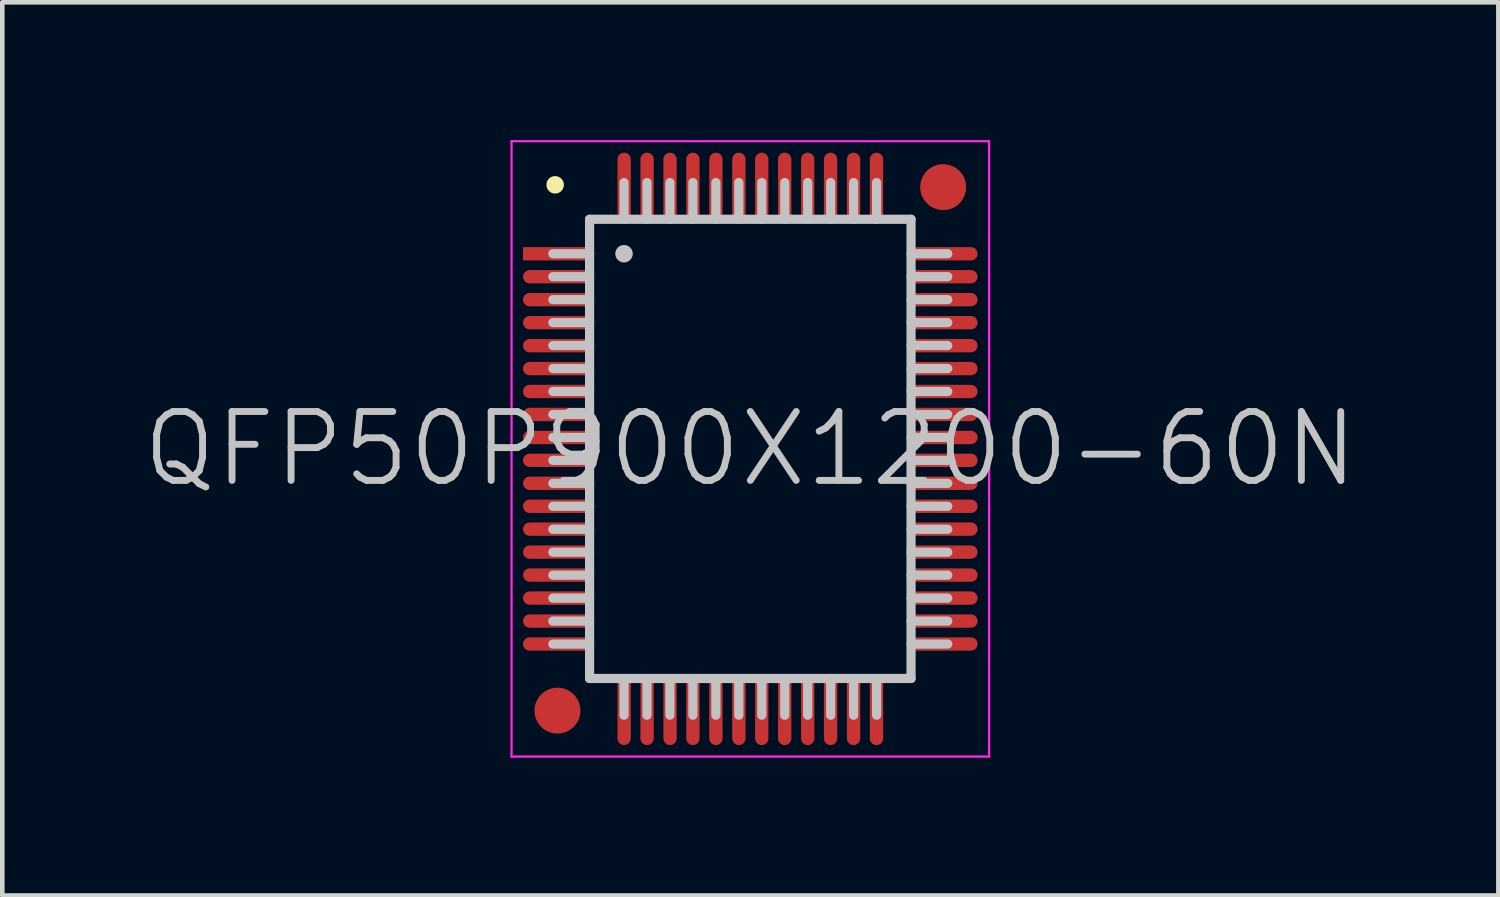
<source format=kicad_pcb>
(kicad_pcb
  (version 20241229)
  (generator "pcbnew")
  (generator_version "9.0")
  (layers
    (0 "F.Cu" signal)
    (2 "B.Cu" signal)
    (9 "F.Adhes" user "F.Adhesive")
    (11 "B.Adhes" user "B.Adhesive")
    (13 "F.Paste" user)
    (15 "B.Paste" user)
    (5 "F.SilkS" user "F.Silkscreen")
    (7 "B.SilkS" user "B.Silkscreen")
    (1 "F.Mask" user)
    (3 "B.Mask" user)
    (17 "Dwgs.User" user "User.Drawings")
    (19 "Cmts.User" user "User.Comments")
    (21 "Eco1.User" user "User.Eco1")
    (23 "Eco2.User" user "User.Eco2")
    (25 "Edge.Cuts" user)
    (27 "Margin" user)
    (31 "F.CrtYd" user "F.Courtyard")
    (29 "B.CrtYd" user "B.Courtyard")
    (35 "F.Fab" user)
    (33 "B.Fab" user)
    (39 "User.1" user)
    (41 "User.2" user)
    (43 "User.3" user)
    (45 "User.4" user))
  (footprint "QFP50P900X1200-60N"
    (layer "F.Cu")
    (at 13.289 6.725)
    (property "Reference" "QFP50P900X1200-60N" (at 0 0 0) (layer "Dwgs.User") (effects (font (size 1.5 1.5) (thickness 0.15))))
    (attr smd)
    (fp_line (start -4.25 -5.75) (end -4.25 -5.75) (stroke (width 0.381) (type solid)) (layer "F.SilkS"))
    (fp_line (start -3.5 -5) (end -3.5 5) (stroke (width 0.2) (type solid)) (layer "Dwgs.User"))
    (fp_line (start -3.5 -5) (end 3.5 -5) (stroke (width 0.2) (type solid)) (layer "Dwgs.User"))
    (fp_line (start -3.5 -4.25) (end -4.3 -4.25) (stroke (width 0.2) (type solid)) (layer "Dwgs.User"))
    (fp_line (start -3.5 -3.75) (end -4.3 -3.75) (stroke (width 0.2) (type solid)) (layer "Dwgs.User"))
    (fp_line (start -3.5 -3.25) (end -4.3 -3.25) (stroke (width 0.2) (type solid)) (layer "Dwgs.User"))
    (fp_line (start -3.5 -2.75) (end -4.3 -2.75) (stroke (width 0.2) (type solid)) (layer "Dwgs.User"))
    (fp_line (start -3.5 -2.25) (end -4.3 -2.25) (stroke (width 0.2) (type solid)) (layer "Dwgs.User"))
    (fp_line (start -3.5 -1.75) (end -4.3 -1.75) (stroke (width 0.2) (type solid)) (layer "Dwgs.User"))
    (fp_line (start -3.5 -1.25) (end -4.3 -1.25) (stroke (width 0.2) (type solid)) (layer "Dwgs.User"))
    (fp_line (start -3.5 -0.75) (end -4.3 -0.75) (stroke (width 0.2) (type solid)) (layer "Dwgs.User"))
    (fp_line (start -3.5 -0.25) (end -4.3 -0.25) (stroke (width 0.2) (type solid)) (layer "Dwgs.User"))
    (fp_line (start -3.5 0.25) (end -4.3 0.25) (stroke (width 0.2) (type solid)) (layer "Dwgs.User"))
    (fp_line (start -3.5 0.75) (end -4.3 0.75) (stroke (width 0.2) (type solid)) (layer "Dwgs.User"))
    (fp_line (start -3.5 1.25) (end -4.3 1.25) (stroke (width 0.2) (type solid)) (layer "Dwgs.User"))
    (fp_line (start -3.5 1.75) (end -4.3 1.75) (stroke (width 0.2) (type solid)) (layer "Dwgs.User"))
    (fp_line (start -3.5 2.25) (end -4.3 2.25) (stroke (width 0.2) (type solid)) (layer "Dwgs.User"))
    (fp_line (start -3.5 2.75) (end -4.3 2.75) (stroke (width 0.2) (type solid)) (layer "Dwgs.User"))
    (fp_line (start -3.5 3.25) (end -4.3 3.25) (stroke (width 0.2) (type solid)) (layer "Dwgs.User"))
    (fp_line (start -3.5 3.75) (end -4.3 3.75) (stroke (width 0.2) (type solid)) (layer "Dwgs.User"))
    (fp_line (start -3.5 4.25) (end -4.3 4.25) (stroke (width 0.2) (type solid)) (layer "Dwgs.User"))
    (fp_line (start -3.5 5) (end 3.5 5) (stroke (width 0.2) (type solid)) (layer "Dwgs.User"))
    (fp_line (start -2.75 -5) (end -2.75 -5.8) (stroke (width 0.2) (type solid)) (layer "Dwgs.User"))
    (fp_line (start -2.75 -4.25) (end -2.75 -4.25) (stroke (width 0.381) (type solid)) (layer "Dwgs.User"))
    (fp_line (start -2.75 5.8) (end -2.75 5) (stroke (width 0.2) (type solid)) (layer "Dwgs.User"))
    (fp_line (start -2.25 -5) (end -2.25 -5.8) (stroke (width 0.2) (type solid)) (layer "Dwgs.User"))
    (fp_line (start -2.25 5.8) (end -2.25 5) (stroke (width 0.2) (type solid)) (layer "Dwgs.User"))
    (fp_line (start -1.75 -5) (end -1.75 -5.8) (stroke (width 0.2) (type solid)) (layer "Dwgs.User"))
    (fp_line (start -1.75 5.8) (end -1.75 5) (stroke (width 0.2) (type solid)) (layer "Dwgs.User"))
    (fp_line (start -1.25 -5) (end -1.25 -5.8) (stroke (width 0.2) (type solid)) (layer "Dwgs.User"))
    (fp_line (start -1.25 5.8) (end -1.25 5) (stroke (width 0.2) (type solid)) (layer "Dwgs.User"))
    (fp_line (start -0.75 -5) (end -0.75 -5.8) (stroke (width 0.2) (type solid)) (layer "Dwgs.User"))
    (fp_line (start -0.75 5.8) (end -0.75 5) (stroke (width 0.2) (type solid)) (layer "Dwgs.User"))
    (fp_line (start -0.25 -5) (end -0.25 -5.8) (stroke (width 0.2) (type solid)) (layer "Dwgs.User"))
    (fp_line (start -0.25 5.8) (end -0.25 5) (stroke (width 0.2) (type solid)) (layer "Dwgs.User"))
    (fp_line (start 0.25 -5) (end 0.25 -5.8) (stroke (width 0.2) (type solid)) (layer "Dwgs.User"))
    (fp_line (start 0.25 5.8) (end 0.25 5) (stroke (width 0.2) (type solid)) (layer "Dwgs.User"))
    (fp_line (start 0.75 -5) (end 0.75 -5.8) (stroke (width 0.2) (type solid)) (layer "Dwgs.User"))
    (fp_line (start 0.75 5.8) (end 0.75 5) (stroke (width 0.2) (type solid)) (layer "Dwgs.User"))
    (fp_line (start 1.25 -5) (end 1.25 -5.8) (stroke (width 0.2) (type solid)) (layer "Dwgs.User"))
    (fp_line (start 1.25 5.8) (end 1.25 5) (stroke (width 0.2) (type solid)) (layer "Dwgs.User"))
    (fp_line (start 1.75 -5) (end 1.75 -5.8) (stroke (width 0.2) (type solid)) (layer "Dwgs.User"))
    (fp_line (start 1.75 5.8) (end 1.75 5) (stroke (width 0.2) (type solid)) (layer "Dwgs.User"))
    (fp_line (start 2.25 -5) (end 2.25 -5.8) (stroke (width 0.2) (type solid)) (layer "Dwgs.User"))
    (fp_line (start 2.25 5.8) (end 2.25 5) (stroke (width 0.2) (type solid)) (layer "Dwgs.User"))
    (fp_line (start 2.75 -5) (end 2.75 -5.8) (stroke (width 0.2) (type solid)) (layer "Dwgs.User"))
    (fp_line (start 2.75 5.8) (end 2.75 5) (stroke (width 0.2) (type solid)) (layer "Dwgs.User"))
    (fp_line (start 3.5 -5) (end 3.5 5) (stroke (width 0.2) (type solid)) (layer "Dwgs.User"))
    (fp_line (start 4.3 -4.25) (end 3.5 -4.25) (stroke (width 0.2) (type solid)) (layer "Dwgs.User"))
    (fp_line (start 4.3 -3.75) (end 3.5 -3.75) (stroke (width 0.2) (type solid)) (layer "Dwgs.User"))
    (fp_line (start 4.3 -3.25) (end 3.5 -3.25) (stroke (width 0.2) (type solid)) (layer "Dwgs.User"))
    (fp_line (start 4.3 -2.75) (end 3.5 -2.75) (stroke (width 0.2) (type solid)) (layer "Dwgs.User"))
    (fp_line (start 4.3 -2.25) (end 3.5 -2.25) (stroke (width 0.2) (type solid)) (layer "Dwgs.User"))
    (fp_line (start 4.3 -1.75) (end 3.5 -1.75) (stroke (width 0.2) (type solid)) (layer "Dwgs.User"))
    (fp_line (start 4.3 -1.25) (end 3.5 -1.25) (stroke (width 0.2) (type solid)) (layer "Dwgs.User"))
    (fp_line (start 4.3 -0.75) (end 3.5 -0.75) (stroke (width 0.2) (type solid)) (layer "Dwgs.User"))
    (fp_line (start 4.3 -0.25) (end 3.5 -0.25) (stroke (width 0.2) (type solid)) (layer "Dwgs.User"))
    (fp_line (start 4.3 0.25) (end 3.5 0.25) (stroke (width 0.2) (type solid)) (layer "Dwgs.User"))
    (fp_line (start 4.3 0.75) (end 3.5 0.75) (stroke (width 0.2) (type solid)) (layer "Dwgs.User"))
    (fp_line (start 4.3 1.25) (end 3.5 1.25) (stroke (width 0.2) (type solid)) (layer "Dwgs.User"))
    (fp_line (start 4.3 1.75) (end 3.5 1.75) (stroke (width 0.2) (type solid)) (layer "Dwgs.User"))
    (fp_line (start 4.3 2.25) (end 3.5 2.25) (stroke (width 0.2) (type solid)) (layer "Dwgs.User"))
    (fp_line (start 4.3 2.75) (end 3.5 2.75) (stroke (width 0.2) (type solid)) (layer "Dwgs.User"))
    (fp_line (start 4.3 3.25) (end 3.5 3.25) (stroke (width 0.2) (type solid)) (layer "Dwgs.User"))
    (fp_line (start 4.3 3.75) (end 3.5 3.75) (stroke (width 0.2) (type solid)) (layer "Dwgs.User"))
    (fp_line (start 4.3 4.25) (end 3.5 4.25) (stroke (width 0.2) (type solid)) (layer "Dwgs.User"))
    (fp_line (start -5.2 -6.7) (end -5.2 6.7) (stroke (width 0.05) (type solid)) (layer "F.CrtYd"))
    (fp_line (start -5.2 -6.7) (end 5.2 -6.7) (stroke (width 0.05) (type solid)) (layer "F.CrtYd"))
    (fp_line (start -5.2 6.7) (end 5.2 6.7) (stroke (width 0.05) (type solid)) (layer "F.CrtYd"))
    (fp_line (start 5.2 -6.7) (end 5.2 6.7) (stroke (width 0.05) (type solid)) (layer "F.CrtYd"))
    (pad "" smd circle (at -4.2 5.7) (size 1 1) (layers "F.Cu" "F.Mask"))
    (pad "" smd circle (at 4.2 -5.7) (size 1 1) (layers "F.Cu" "F.Mask"))
    (pad "1" smd rect (at -4.199 -4.249 90) (size 0.29 1.5) (layers "F.Cu" "F.Mask" "F.Paste"))
    (pad "2" smd oval (at -4.199 -3.749 90) (size 0.29 1.5) (layers "F.Cu" "F.Mask" "F.Paste"))
    (pad "3" smd oval (at -4.199 -3.249 90) (size 0.29 1.5) (layers "F.Cu" "F.Mask" "F.Paste"))
    (pad "4" smd oval (at -4.199 -2.748 90) (size 0.29 1.5) (layers "F.Cu" "F.Mask" "F.Paste"))
    (pad "5" smd oval (at -4.199 -2.248 90) (size 0.29 1.5) (layers "F.Cu" "F.Mask" "F.Paste"))
    (pad "6" smd oval (at -4.199 -1.748 90) (size 0.29 1.5) (layers "F.Cu" "F.Mask" "F.Paste"))
    (pad "7" smd oval (at -4.199 -1.25 90) (size 0.29 1.5) (layers "F.Cu" "F.Mask" "F.Paste"))
    (pad "8" smd oval (at -4.199 -0.749 90) (size 0.29 1.5) (layers "F.Cu" "F.Mask" "F.Paste"))
    (pad "9" smd oval (at -4.199 -0.249 90) (size 0.29 1.5) (layers "F.Cu" "F.Mask" "F.Paste"))
    (pad "10" smd oval (at -4.199 0.249 90) (size 0.29 1.5) (layers "F.Cu" "F.Mask" "F.Paste"))
    (pad "11" smd oval (at -4.199 0.749 90) (size 0.29 1.5) (layers "F.Cu" "F.Mask" "F.Paste"))
    (pad "12" smd oval (at -4.199 1.25 90) (size 0.29 1.5) (layers "F.Cu" "F.Mask" "F.Paste"))
    (pad "13" smd oval (at -4.199 1.748 90) (size 0.29 1.5) (layers "F.Cu" "F.Mask" "F.Paste"))
    (pad "14" smd oval (at -4.199 2.248 90) (size 0.29 1.5) (layers "F.Cu" "F.Mask" "F.Paste"))
    (pad "15" smd oval (at -4.199 2.748 90) (size 0.29 1.5) (layers "F.Cu" "F.Mask" "F.Paste"))
    (pad "16" smd oval (at -4.199 3.249 90) (size 0.29 1.5) (layers "F.Cu" "F.Mask" "F.Paste"))
    (pad "17" smd oval (at -4.199 3.749 90) (size 0.29 1.5) (layers "F.Cu" "F.Mask" "F.Paste"))
    (pad "18" smd oval (at -4.199 4.249 90) (size 0.29 1.5) (layers "F.Cu" "F.Mask" "F.Paste"))
    (pad "19" smd oval (at -2.748 5.7 180) (size 0.29 1.5) (layers "F.Cu" "F.Mask" "F.Paste"))
    (pad "20" smd oval (at -2.248 5.7 180) (size 0.29 1.5) (layers "F.Cu" "F.Mask" "F.Paste"))
    (pad "21" smd oval (at -1.748 5.7 180) (size 0.29 1.5) (layers "F.Cu" "F.Mask" "F.Paste"))
    (pad "22" smd oval (at -1.25 5.7 180) (size 0.29 1.5) (layers "F.Cu" "F.Mask" "F.Paste"))
    (pad "23" smd oval (at -0.749 5.7 180) (size 0.29 1.5) (layers "F.Cu" "F.Mask" "F.Paste"))
    (pad "24" smd oval (at -0.249 5.7 180) (size 0.29 1.5) (layers "F.Cu" "F.Mask" "F.Paste"))
    (pad "25" smd oval (at 0.249 5.7 180) (size 0.29 1.5) (layers "F.Cu" "F.Mask" "F.Paste"))
    (pad "26" smd oval (at 0.749 5.7 180) (size 0.29 1.5) (layers "F.Cu" "F.Mask" "F.Paste"))
    (pad "27" smd oval (at 1.25 5.7 180) (size 0.29 1.5) (layers "F.Cu" "F.Mask" "F.Paste"))
    (pad "28" smd oval (at 1.748 5.7 180) (size 0.29 1.5) (layers "F.Cu" "F.Mask" "F.Paste"))
    (pad "29" smd oval (at 2.248 5.7 180) (size 0.29 1.5) (layers "F.Cu" "F.Mask" "F.Paste"))
    (pad "30" smd oval (at 2.748 5.7 180) (size 0.29 1.5) (layers "F.Cu" "F.Mask" "F.Paste"))
    (pad "31" smd oval (at 4.199 4.249 270) (size 0.29 1.5) (layers "F.Cu" "F.Mask" "F.Paste"))
    (pad "32" smd oval (at 4.199 3.749 270) (size 0.29 1.5) (layers "F.Cu" "F.Mask" "F.Paste"))
    (pad "33" smd oval (at 4.199 3.249 270) (size 0.29 1.5) (layers "F.Cu" "F.Mask" "F.Paste"))
    (pad "34" smd oval (at 4.199 2.748 270) (size 0.29 1.5) (layers "F.Cu" "F.Mask" "F.Paste"))
    (pad "35" smd oval (at 4.199 2.248 270) (size 0.29 1.5) (layers "F.Cu" "F.Mask" "F.Paste"))
    (pad "36" smd oval (at 4.199 1.748 270) (size 0.29 1.5) (layers "F.Cu" "F.Mask" "F.Paste"))
    (pad "37" smd oval (at 4.199 1.25 270) (size 0.29 1.5) (layers "F.Cu" "F.Mask" "F.Paste"))
    (pad "38" smd oval (at 4.199 0.749 270) (size 0.29 1.5) (layers "F.Cu" "F.Mask" "F.Paste"))
    (pad "39" smd oval (at 4.199 0.249 270) (size 0.29 1.5) (layers "F.Cu" "F.Mask" "F.Paste"))
    (pad "40" smd oval (at 4.199 -0.249 270) (size 0.29 1.5) (layers "F.Cu" "F.Mask" "F.Paste"))
    (pad "41" smd oval (at 4.199 -0.749 270) (size 0.29 1.5) (layers "F.Cu" "F.Mask" "F.Paste"))
    (pad "42" smd oval (at 4.199 -1.25 270) (size 0.29 1.5) (layers "F.Cu" "F.Mask" "F.Paste"))
    (pad "43" smd oval (at 4.199 -1.748 270) (size 0.29 1.5) (layers "F.Cu" "F.Mask" "F.Paste"))
    (pad "44" smd oval (at 4.199 -2.248 270) (size 0.29 1.5) (layers "F.Cu" "F.Mask" "F.Paste"))
    (pad "45" smd oval (at 4.199 -2.748 270) (size 0.29 1.5) (layers "F.Cu" "F.Mask" "F.Paste"))
    (pad "46" smd oval (at 4.199 -3.249 270) (size 0.29 1.5) (layers "F.Cu" "F.Mask" "F.Paste"))
    (pad "47" smd oval (at 4.199 -3.749 270) (size 0.29 1.5) (layers "F.Cu" "F.Mask" "F.Paste"))
    (pad "48" smd oval (at 4.199 -4.249 270) (size 0.29 1.5) (layers "F.Cu" "F.Mask" "F.Paste"))
    (pad "49" smd oval (at 2.748 -5.7) (size 0.29 1.5) (layers "F.Cu" "F.Mask" "F.Paste"))
    (pad "50" smd oval (at 2.248 -5.7) (size 0.29 1.5) (layers "F.Cu" "F.Mask" "F.Paste"))
    (pad "51" smd oval (at 1.748 -5.7) (size 0.29 1.5) (layers "F.Cu" "F.Mask" "F.Paste"))
    (pad "52" smd oval (at 1.25 -5.7) (size 0.29 1.5) (layers "F.Cu" "F.Mask" "F.Paste"))
    (pad "53" smd oval (at 0.749 -5.7) (size 0.29 1.5) (layers "F.Cu" "F.Mask" "F.Paste"))
    (pad "54" smd oval (at 0.249 -5.7) (size 0.29 1.5) (layers "F.Cu" "F.Mask" "F.Paste"))
    (pad "55" smd oval (at -0.249 -5.7) (size 0.29 1.5) (layers "F.Cu" "F.Mask" "F.Paste"))
    (pad "56" smd oval (at -0.749 -5.7) (size 0.29 1.5) (layers "F.Cu" "F.Mask" "F.Paste"))
    (pad "57" smd oval (at -1.25 -5.7) (size 0.29 1.5) (layers "F.Cu" "F.Mask" "F.Paste"))
    (pad "58" smd oval (at -1.748 -5.7) (size 0.29 1.5) (layers "F.Cu" "F.Mask" "F.Paste"))
    (pad "59" smd oval (at -2.248 -5.7) (size 0.29 1.5) (layers "F.Cu" "F.Mask" "F.Paste"))
    (pad "60" smd oval (at -2.748 -5.7) (size 0.29 1.5) (layers "F.Cu" "F.Mask" "F.Paste")))
  (gr_rect
    (start -3 -3)
    (end 29.579 16.45)
    (stroke (width 0.1) (type default))
    (fill no)
    (layer "Edge.Cuts")))
</source>
